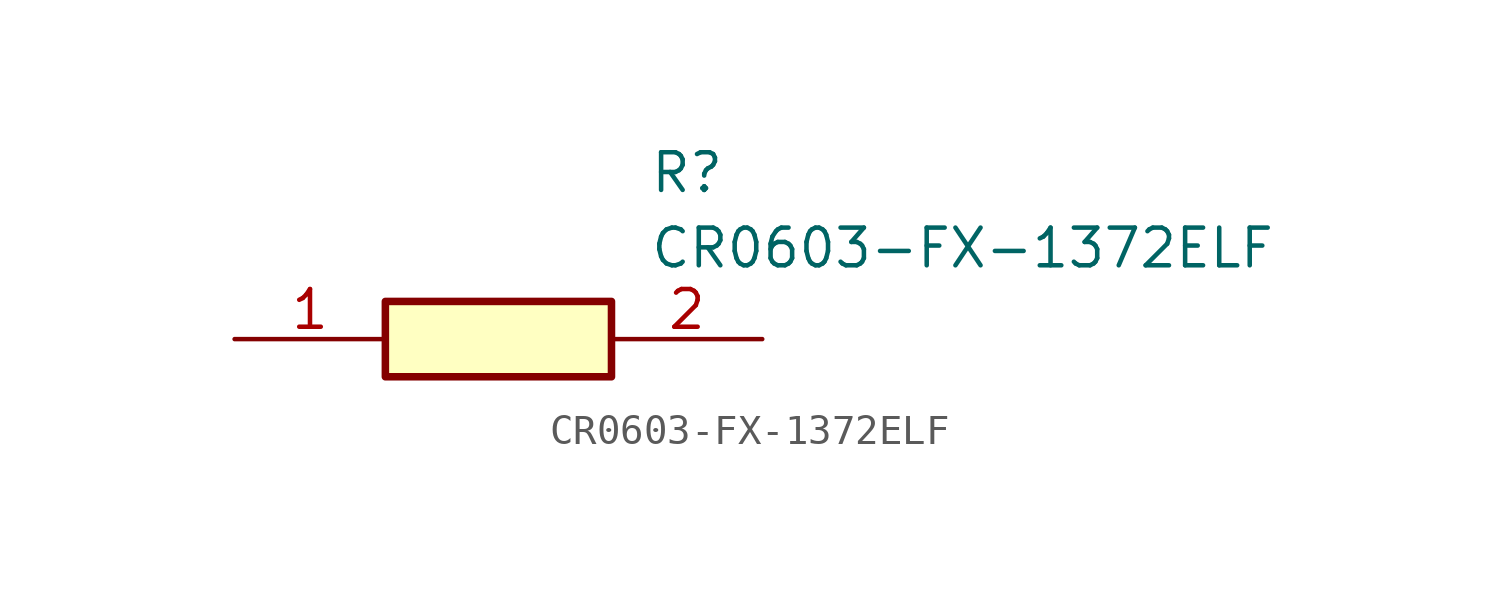
<source format=kicad_sym>
(kicad_symbol_lib
  (version 20211014)
  (generator SamacSys_ECAD_Model)
  (symbol "CR0603-FX-1372ELF"
    (pin_names hide)
    (property "Reference" "R"
      (at 13.97 6.35 0)
      (effects (font (size 1.27 1.27)) (justify left top)))
    (property "Value" "CR0603-FX-1372ELF"
      (at 13.97 3.81 0)
      (effects (font (size 1.27 1.27)) (justify left top)))
    (rectangle
      (start 5.08 1.27)
      (end 12.7 -1.27)
      (stroke (width 0.254) (type default))
      (fill (type background)))
    (pin passive line
      (at 0 0 0)
      (length 5.08)
      (name "1" (effects (font (size 1.27 1.27))))
      (number "1" (effects (font (size 1.27 1.27)))))
    (pin passive line
      (at 17.78 0 180)
      (length 5.08)
      (name "2" (effects (font (size 1.27 1.27))))
      (number "2" (effects (font (size 1.27 1.27)))))))
</source>
